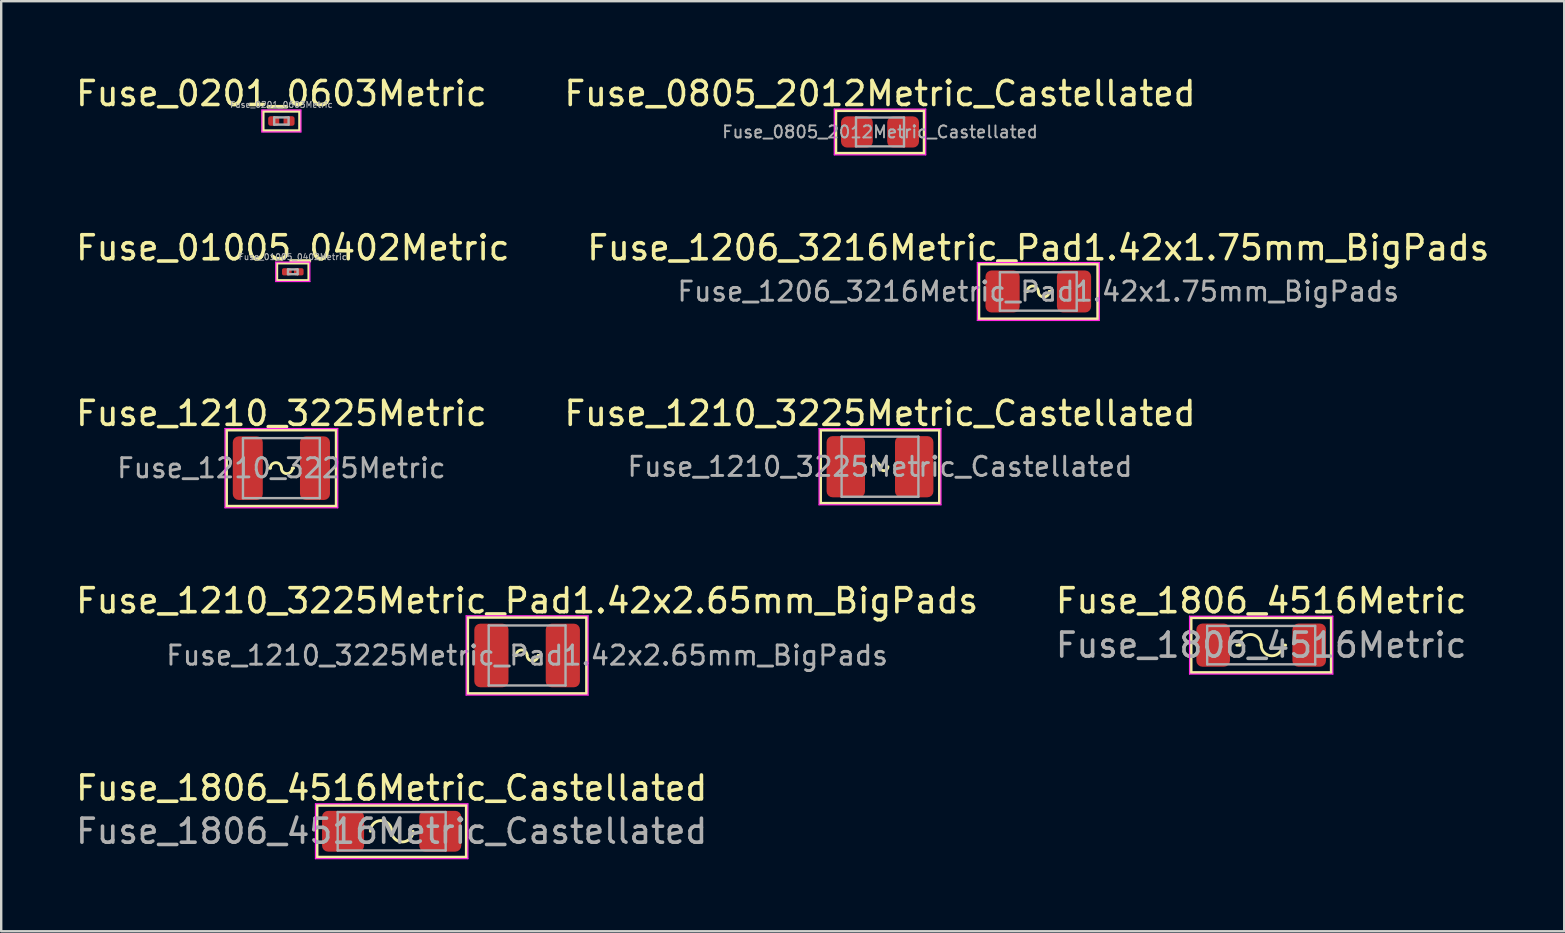
<source format=kicad_pcb>
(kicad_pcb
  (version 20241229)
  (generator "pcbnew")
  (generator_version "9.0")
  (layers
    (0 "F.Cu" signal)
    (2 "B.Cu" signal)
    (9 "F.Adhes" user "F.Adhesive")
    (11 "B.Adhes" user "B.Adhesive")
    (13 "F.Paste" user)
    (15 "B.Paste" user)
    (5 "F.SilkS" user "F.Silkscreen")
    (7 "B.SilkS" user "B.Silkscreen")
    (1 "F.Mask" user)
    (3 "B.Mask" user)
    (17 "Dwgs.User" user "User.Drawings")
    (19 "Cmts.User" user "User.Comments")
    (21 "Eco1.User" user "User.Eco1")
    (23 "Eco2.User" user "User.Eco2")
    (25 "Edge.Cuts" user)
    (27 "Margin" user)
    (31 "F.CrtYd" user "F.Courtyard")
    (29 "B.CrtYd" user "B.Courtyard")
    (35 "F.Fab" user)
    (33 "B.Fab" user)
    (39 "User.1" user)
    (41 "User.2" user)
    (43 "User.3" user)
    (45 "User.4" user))
  (footprint "Fuse_1210_3225Metric_Pad1.42x2.65mm_BigPads"
    (layer "F.Cu")
    (at 18.911 24.258)
    (property "Reference" "Fuse_1210_3225Metric_Pad1.42x2.65mm_BigPads" (at 0 -2.28 0) (layer "F.SilkS") (effects (font (size 1 1) (thickness 0.15))))
    (attr smd)
    (fp_line (start -2.477 -1.587) (end 2.477 -1.587) (stroke (width 0.12) (type solid)) (layer "F.SilkS"))
    (fp_line (start -2.477 1.587) (end -2.477 -1.587) (stroke (width 0.12) (type solid)) (layer "F.SilkS"))
    (fp_line (start -0.457 0) (end -0.508 0) (stroke (width 0.12) (type solid)) (layer "F.SilkS"))
    (fp_line (start 0.457 0) (end 0.508 0) (stroke (width 0.12) (type solid)) (layer "F.SilkS"))
    (fp_line (start 2.477 -1.587) (end 2.477 1.587) (stroke (width 0.12) (type solid)) (layer "F.SilkS"))
    (fp_line (start 2.477 1.587) (end -2.477 1.587) (stroke (width 0.12) (type solid)) (layer "F.SilkS"))
    (fp_arc (start -0.4572 0) (mid -0.2286 -0.2286) (end 0 0) (stroke (width 0.12) (type solid)) (layer "F.SilkS"))
    (fp_arc (start 0.4572 0) (mid 0.2286 0.2286) (end 0 0) (stroke (width 0.12) (type solid)) (layer "F.SilkS"))
    (fp_line (start -2.54 -1.651) (end 2.54 -1.651) (stroke (width 0.05) (type solid)) (layer "F.CrtYd"))
    (fp_line (start -2.54 1.651) (end -2.54 -1.651) (stroke (width 0.05) (type solid)) (layer "F.CrtYd"))
    (fp_line (start 2.54 -1.651) (end 2.54 1.651) (stroke (width 0.05) (type solid)) (layer "F.CrtYd"))
    (fp_line (start 2.54 1.651) (end -2.54 1.651) (stroke (width 0.05) (type solid)) (layer "F.CrtYd"))
    (fp_line (start -1.6 -1.25) (end 1.6 -1.25) (stroke (width 0.1) (type solid)) (layer "F.Fab"))
    (fp_line (start -1.6 1.25) (end -1.6 -1.25) (stroke (width 0.1) (type solid)) (layer "F.Fab"))
    (fp_line (start 1.6 -1.25) (end 1.6 1.25) (stroke (width 0.1) (type solid)) (layer "F.Fab"))
    (fp_line (start 1.6 1.25) (end -1.6 1.25) (stroke (width 0.1) (type solid)) (layer "F.Fab"))
    (fp_text user "${REFERENCE}" (at 0 0 0) (layer "F.Fab") (effects (font (size 0.8 0.8) (thickness 0.12))))
    (pad "1" smd roundrect (at -1.488 0) (size 1.425 2.65) (layers "F.Cu" "F.Mask" "F.Paste") (roundrect_rratio 0.175))
    (pad "2" smd roundrect (at 1.488 0) (size 1.425 2.65) (layers "F.Cu" "F.Mask" "F.Paste") (roundrect_rratio 0.175)))
  (footprint "Fuse_1206_3216Metric_Pad1.42x1.75mm_BigPads"
    (layer "F.Cu")
    (at 40.208 9.094)
    (property "Reference" "Fuse_1206_3216Metric_Pad1.42x1.75mm_BigPads" (at 0 -1.82 0) (layer "F.SilkS") (effects (font (size 1 1) (thickness 0.15))))
    (attr smd)
    (fp_line (start -2.477 -1.143) (end 2.477 -1.143) (stroke (width 0.12) (type solid)) (layer "F.SilkS"))
    (fp_line (start -2.477 1.143) (end -2.477 -1.143) (stroke (width 0.12) (type solid)) (layer "F.SilkS"))
    (fp_line (start -0.457 0) (end -0.508 0) (stroke (width 0.12) (type solid)) (layer "F.SilkS"))
    (fp_line (start 0.457 0) (end 0.508 0) (stroke (width 0.12) (type solid)) (layer "F.SilkS"))
    (fp_line (start 2.477 -1.143) (end 2.477 1.143) (stroke (width 0.12) (type solid)) (layer "F.SilkS"))
    (fp_line (start 2.477 1.143) (end -2.477 1.143) (stroke (width 0.12) (type solid)) (layer "F.SilkS"))
    (fp_arc (start -0.4572 0) (mid -0.2286 -0.2286) (end 0 0) (stroke (width 0.12) (type solid)) (layer "F.SilkS"))
    (fp_arc (start 0.4572 0) (mid 0.2286 0.2286) (end 0 0) (stroke (width 0.12) (type solid)) (layer "F.SilkS"))
    (fp_line (start -2.54 -1.206) (end 2.54 -1.206) (stroke (width 0.05) (type solid)) (layer "F.CrtYd"))
    (fp_line (start -2.54 1.206) (end -2.54 -1.206) (stroke (width 0.05) (type solid)) (layer "F.CrtYd"))
    (fp_line (start 2.54 -1.206) (end 2.54 1.206) (stroke (width 0.05) (type solid)) (layer "F.CrtYd"))
    (fp_line (start 2.54 1.206) (end -2.54 1.206) (stroke (width 0.05) (type solid)) (layer "F.CrtYd"))
    (fp_line (start -1.6 -0.8) (end 1.6 -0.8) (stroke (width 0.1) (type solid)) (layer "F.Fab"))
    (fp_line (start -1.6 0.8) (end -1.6 -0.8) (stroke (width 0.1) (type solid)) (layer "F.Fab"))
    (fp_line (start 1.6 -0.8) (end 1.6 0.8) (stroke (width 0.1) (type solid)) (layer "F.Fab"))
    (fp_line (start 1.6 0.8) (end -1.6 0.8) (stroke (width 0.1) (type solid)) (layer "F.Fab"))
    (fp_text user "${REFERENCE}" (at 0 0 0) (layer "F.Fab") (effects (font (size 0.8 0.8) (thickness 0.12))))
    (pad "1" smd roundrect (at -1.488 0) (size 1.425 1.75) (layers "F.Cu" "F.Mask" "F.Paste") (roundrect_rratio 0.175))
    (pad "2" smd roundrect (at 1.488 0) (size 1.425 1.75) (layers "F.Cu" "F.Mask" "F.Paste") (roundrect_rratio 0.175)))
  (footprint "Fuse_01005_0402Metric"
    (layer "F.Cu")
    (at 9.149 8.274)
    (property "Reference" "Fuse_01005_0402Metric" (at 0 -1 0) (layer "F.SilkS") (effects (font (size 1 1) (thickness 0.15))))
    (attr smd)
    (fp_line (start -0.66 -0.356) (end 0.66 -0.356) (stroke (width 0.1) (type solid)) (layer "F.SilkS"))
    (fp_line (start -0.66 0.356) (end -0.66 -0.356) (stroke (width 0.1) (type solid)) (layer "F.SilkS"))
    (fp_line (start 0.66 -0.356) (end 0.66 0.356) (stroke (width 0.1) (type solid)) (layer "F.SilkS"))
    (fp_line (start 0.66 0.356) (end -0.66 0.356) (stroke (width 0.1) (type solid)) (layer "F.SilkS"))
    (fp_line (start -0.711 -0.406) (end 0.711 -0.406) (stroke (width 0.05) (type solid)) (layer "F.CrtYd"))
    (fp_line (start -0.711 0.406) (end -0.711 -0.406) (stroke (width 0.05) (type solid)) (layer "F.CrtYd"))
    (fp_line (start 0.711 -0.406) (end 0.711 0.406) (stroke (width 0.05) (type solid)) (layer "F.CrtYd"))
    (fp_line (start 0.711 0.406) (end -0.711 0.406) (stroke (width 0.05) (type solid)) (layer "F.CrtYd"))
    (fp_line (start -0.2 -0.1) (end 0.2 -0.1) (stroke (width 0.1) (type solid)) (layer "F.Fab"))
    (fp_line (start -0.2 0.1) (end -0.2 -0.1) (stroke (width 0.1) (type solid)) (layer "F.Fab"))
    (fp_line (start 0.2 -0.1) (end 0.2 0.1) (stroke (width 0.1) (type solid)) (layer "F.Fab"))
    (fp_line (start 0.2 0.1) (end -0.2 0.1) (stroke (width 0.1) (type solid)) (layer "F.Fab"))
    (fp_text user "${REFERENCE}" (at 0 -0.62 0) (layer "F.Fab") (effects (font (size 0.25 0.25) (thickness 0.04))))
    (pad "" smd roundrect (at -0.275 0) (size 0.27 0.27) (layers "F.Paste") (roundrect_rratio 0.25))
    (pad "" smd roundrect (at 0.275 0) (size 0.27 0.27) (layers "F.Paste") (roundrect_rratio 0.25))
    (pad "1" smd roundrect (at -0.25 0) (size 0.4 0.3) (layers "F.Cu" "F.Mask") (roundrect_rratio 0.25))
    (pad "2" smd roundrect (at 0.25 0) (size 0.4 0.3) (layers "F.Cu" "F.Mask") (roundrect_rratio 0.25)))
  (footprint "Fuse_0201_0603Metric"
    (layer "F.Cu")
    (at 8.673 1.991)
    (property "Reference" "Fuse_0201_0603Metric" (at 0 -1.143 0) (layer "F.SilkS") (effects (font (size 1 1) (thickness 0.15))))
    (attr smd)
    (fp_line (start -0.762 -0.406) (end 0.762 -0.406) (stroke (width 0.12) (type solid)) (layer "F.SilkS"))
    (fp_line (start -0.762 0.406) (end -0.762 -0.406) (stroke (width 0.12) (type solid)) (layer "F.SilkS"))
    (fp_line (start 0.762 -0.406) (end 0.762 0.406) (stroke (width 0.12) (type solid)) (layer "F.SilkS"))
    (fp_line (start 0.762 0.406) (end -0.762 0.406) (stroke (width 0.12) (type solid)) (layer "F.SilkS"))
    (fp_line (start -0.813 -0.457) (end 0.813 -0.457) (stroke (width 0.05) (type solid)) (layer "F.CrtYd"))
    (fp_line (start -0.813 0.457) (end -0.813 -0.457) (stroke (width 0.05) (type solid)) (layer "F.CrtYd"))
    (fp_line (start 0.813 -0.457) (end 0.813 0.457) (stroke (width 0.05) (type solid)) (layer "F.CrtYd"))
    (fp_line (start 0.813 0.457) (end -0.813 0.457) (stroke (width 0.05) (type solid)) (layer "F.CrtYd"))
    (fp_line (start -0.3 -0.15) (end 0.3 -0.15) (stroke (width 0.1) (type solid)) (layer "F.Fab"))
    (fp_line (start -0.3 0.15) (end -0.3 -0.15) (stroke (width 0.1) (type solid)) (layer "F.Fab"))
    (fp_line (start 0.3 -0.15) (end 0.3 0.15) (stroke (width 0.1) (type solid)) (layer "F.Fab"))
    (fp_line (start 0.3 0.15) (end -0.3 0.15) (stroke (width 0.1) (type solid)) (layer "F.Fab"))
    (fp_text user "${REFERENCE}" (at 0 -0.68 0) (layer "F.Fab") (effects (font (size 0.25 0.25) (thickness 0.04))))
    (pad "" smd roundrect (at -0.345 0) (size 0.318 0.36) (layers "F.Paste") (roundrect_rratio 0.25))
    (pad "" smd roundrect (at 0.345 0) (size 0.318 0.36) (layers "F.Paste") (roundrect_rratio 0.25))
    (pad "1" smd roundrect (at -0.32 0) (size 0.46 0.4) (layers "F.Cu" "F.Mask") (roundrect_rratio 0.25))
    (pad "2" smd roundrect (at 0.32 0) (size 0.46 0.4) (layers "F.Cu" "F.Mask") (roundrect_rratio 0.25)))
  (footprint "Fuse_1806_4516Metric_Castellated"
    (layer "F.Cu")
    (at 13.268 31.582)
    (property "Reference" "Fuse_1806_4516Metric_Castellated" (at 0 -1.8 0) (layer "F.SilkS") (effects (font (size 1 1) (thickness 0.15))))
    (attr smd)
    (fp_line (start -3.111 -1.079) (end 3.111 -1.079) (stroke (width 0.12) (type solid)) (layer "F.SilkS"))
    (fp_line (start -3.111 1.079) (end -3.111 -1.079) (stroke (width 0.12) (type solid)) (layer "F.SilkS"))
    (fp_line (start 3.111 -1.079) (end 3.111 1.079) (stroke (width 0.12) (type solid)) (layer "F.SilkS"))
    (fp_line (start 3.111 1.079) (end -3.111 1.079) (stroke (width 0.12) (type solid)) (layer "F.SilkS"))
    (fp_arc (start -0.889 0) (mid -0.4445 -0.4445) (end 0 0) (stroke (width 0.12) (type solid)) (layer "F.SilkS"))
    (fp_arc (start 0.889 0) (mid 0.4445 0.4445) (end 0 0) (stroke (width 0.12) (type solid)) (layer "F.SilkS"))
    (fp_line (start -3.175 -1.143) (end 3.175 -1.143) (stroke (width 0.05) (type solid)) (layer "F.CrtYd"))
    (fp_line (start -3.175 1.143) (end -3.175 -1.143) (stroke (width 0.05) (type solid)) (layer "F.CrtYd"))
    (fp_line (start 3.175 -1.143) (end 3.175 1.143) (stroke (width 0.05) (type solid)) (layer "F.CrtYd"))
    (fp_line (start 3.175 1.143) (end -3.175 1.143) (stroke (width 0.05) (type solid)) (layer "F.CrtYd"))
    (fp_line (start -2.25 -0.8) (end 2.25 -0.8) (stroke (width 0.1) (type solid)) (layer "F.Fab"))
    (fp_line (start -2.25 0.8) (end -2.25 -0.8) (stroke (width 0.1) (type solid)) (layer "F.Fab"))
    (fp_line (start 2.25 -0.8) (end 2.25 0.8) (stroke (width 0.1) (type solid)) (layer "F.Fab"))
    (fp_line (start 2.25 0.8) (end -2.25 0.8) (stroke (width 0.1) (type solid)) (layer "F.Fab"))
    (fp_text user "${REFERENCE}" (at 0 0 0) (layer "F.Fab") (effects (font (size 1 1) (thickness 0.15))))
    (pad "1" smd roundrect (at -2.025 0) (size 1.75 1.7) (layers "F.Cu" "F.Mask" "F.Paste") (roundrect_rratio 0.147))
    (pad "2" smd roundrect (at 2.025 0) (size 1.75 1.7) (layers "F.Cu" "F.Mask" "F.Paste") (roundrect_rratio 0.147)))
  (footprint "Fuse_0805_2012Metric_Castellated"
    (layer "F.Cu")
    (at 33.613 2.448)
    (property "Reference" "Fuse_0805_2012Metric_Castellated" (at 0 -1.6 0) (layer "F.SilkS") (effects (font (size 1 1) (thickness 0.15))))
    (attr smd)
    (fp_line (start -1.841 -0.889) (end 1.841 -0.889) (stroke (width 0.12) (type solid)) (layer "F.SilkS"))
    (fp_line (start -1.841 0.889) (end -1.841 -0.889) (stroke (width 0.12) (type solid)) (layer "F.SilkS"))
    (fp_line (start 1.841 -0.889) (end 1.841 0.889) (stroke (width 0.12) (type solid)) (layer "F.SilkS"))
    (fp_line (start 1.841 0.889) (end -1.841 0.889) (stroke (width 0.12) (type solid)) (layer "F.SilkS"))
    (fp_line (start -1.905 -0.953) (end 1.905 -0.953) (stroke (width 0.05) (type solid)) (layer "F.CrtYd"))
    (fp_line (start -1.905 0.953) (end -1.905 -0.953) (stroke (width 0.05) (type solid)) (layer "F.CrtYd"))
    (fp_line (start 1.905 -0.953) (end 1.905 0.953) (stroke (width 0.05) (type solid)) (layer "F.CrtYd"))
    (fp_line (start 1.905 0.953) (end -1.905 0.953) (stroke (width 0.05) (type solid)) (layer "F.CrtYd"))
    (fp_line (start -1 -0.6) (end 1 -0.6) (stroke (width 0.1) (type solid)) (layer "F.Fab"))
    (fp_line (start -1 0.6) (end -1 -0.6) (stroke (width 0.1) (type solid)) (layer "F.Fab"))
    (fp_line (start 1 -0.6) (end 1 0.6) (stroke (width 0.1) (type solid)) (layer "F.Fab"))
    (fp_line (start 1 0.6) (end -1 0.6) (stroke (width 0.1) (type solid)) (layer "F.Fab"))
    (fp_text user "${REFERENCE}" (at 0 0 0) (layer "F.Fab") (effects (font (size 0.5 0.5) (thickness 0.08))))
    (pad "1" smd roundrect (at -0.963 0) (size 1.325 1.3) (layers "F.Cu" "F.Mask" "F.Paste") (roundrect_rratio 0.192))
    (pad "2" smd roundrect (at 0.963 0) (size 1.325 1.3) (layers "F.Cu" "F.Mask" "F.Paste") (roundrect_rratio 0.192)))
  (footprint "Fuse_1210_3225Metric"
    (layer "F.Cu")
    (at 8.673 16.454)
    (property "Reference" "Fuse_1210_3225Metric" (at 0 -2.28 0) (layer "F.SilkS") (effects (font (size 1 1) (thickness 0.15))))
    (attr smd)
    (fp_line (start -2.286 -1.587) (end 2.286 -1.587) (stroke (width 0.12) (type solid)) (layer "F.SilkS"))
    (fp_line (start -2.286 1.587) (end -2.286 -1.587) (stroke (width 0.12) (type solid)) (layer "F.SilkS"))
    (fp_line (start -0.457 0) (end -0.508 0) (stroke (width 0.12) (type solid)) (layer "F.SilkS"))
    (fp_line (start 0.457 0) (end 0.508 0) (stroke (width 0.12) (type solid)) (layer "F.SilkS"))
    (fp_line (start 2.286 -1.587) (end 2.286 1.587) (stroke (width 0.12) (type solid)) (layer "F.SilkS"))
    (fp_line (start 2.286 1.587) (end -2.286 1.587) (stroke (width 0.12) (type solid)) (layer "F.SilkS"))
    (fp_arc (start -0.4572 0) (mid -0.2286 -0.2286) (end 0 0) (stroke (width 0.12) (type solid)) (layer "F.SilkS"))
    (fp_arc (start 0.4572 0) (mid 0.2286 0.2286) (end 0 0) (stroke (width 0.12) (type solid)) (layer "F.SilkS"))
    (fp_line (start -2.349 -1.651) (end 2.349 -1.651) (stroke (width 0.05) (type solid)) (layer "F.CrtYd"))
    (fp_line (start -2.349 1.651) (end -2.349 -1.651) (stroke (width 0.05) (type solid)) (layer "F.CrtYd"))
    (fp_line (start 2.349 -1.651) (end 2.349 1.651) (stroke (width 0.05) (type solid)) (layer "F.CrtYd"))
    (fp_line (start 2.349 1.651) (end -2.349 1.651) (stroke (width 0.05) (type solid)) (layer "F.CrtYd"))
    (fp_line (start -1.6 -1.25) (end 1.6 -1.25) (stroke (width 0.1) (type solid)) (layer "F.Fab"))
    (fp_line (start -1.6 1.25) (end -1.6 -1.25) (stroke (width 0.1) (type solid)) (layer "F.Fab"))
    (fp_line (start 1.6 -1.25) (end 1.6 1.25) (stroke (width 0.1) (type solid)) (layer "F.Fab"))
    (fp_line (start 1.6 1.25) (end -1.6 1.25) (stroke (width 0.1) (type solid)) (layer "F.Fab"))
    (fp_text user "${REFERENCE}" (at 0 0 0) (layer "F.Fab") (effects (font (size 0.8 0.8) (thickness 0.12))))
    (pad "1" smd roundrect (at -1.4 0) (size 1.25 2.65) (layers "F.Cu" "F.Mask" "F.Paste") (roundrect_rratio 0.2))
    (pad "2" smd roundrect (at 1.4 0) (size 1.25 2.65) (layers "F.Cu" "F.Mask" "F.Paste") (roundrect_rratio 0.2)))
  (footprint "Fuse_1806_4516Metric"
    (layer "F.Cu")
    (at 49.494 23.828)
    (property "Reference" "Fuse_1806_4516Metric" (at 0 -1.85 0) (layer "F.SilkS") (effects (font (size 1 1) (thickness 0.15))))
    (attr smd)
    (fp_line (start -2.921 -1.143) (end 2.921 -1.143) (stroke (width 0.12) (type solid)) (layer "F.SilkS"))
    (fp_line (start -2.921 1.143) (end -2.921 -1.143) (stroke (width 0.12) (type solid)) (layer "F.SilkS"))
    (fp_line (start -0.889 0) (end -1.016 0) (stroke (width 0.12) (type solid)) (layer "F.SilkS"))
    (fp_line (start 0.889 0) (end 1.016 0) (stroke (width 0.12) (type solid)) (layer "F.SilkS"))
    (fp_line (start 2.921 -1.143) (end 2.921 1.143) (stroke (width 0.12) (type solid)) (layer "F.SilkS"))
    (fp_line (start 2.921 1.143) (end -2.921 1.143) (stroke (width 0.12) (type solid)) (layer "F.SilkS"))
    (fp_arc (start -0.889 0) (mid -0.4445 -0.4445) (end 0 0) (stroke (width 0.12) (type solid)) (layer "F.SilkS"))
    (fp_arc (start 0.889 0) (mid 0.4445 0.4445) (end 0 0) (stroke (width 0.12) (type solid)) (layer "F.SilkS"))
    (fp_line (start -2.985 -1.206) (end 2.985 -1.206) (stroke (width 0.05) (type solid)) (layer "F.CrtYd"))
    (fp_line (start -2.985 1.206) (end -2.985 -1.206) (stroke (width 0.05) (type solid)) (layer "F.CrtYd"))
    (fp_line (start 2.985 -1.206) (end 2.985 1.206) (stroke (width 0.05) (type solid)) (layer "F.CrtYd"))
    (fp_line (start 2.985 1.206) (end -2.985 1.206) (stroke (width 0.05) (type solid)) (layer "F.CrtYd"))
    (fp_line (start -2.25 -0.8) (end 2.25 -0.8) (stroke (width 0.1) (type solid)) (layer "F.Fab"))
    (fp_line (start -2.25 0.8) (end -2.25 -0.8) (stroke (width 0.1) (type solid)) (layer "F.Fab"))
    (fp_line (start 2.25 -0.8) (end 2.25 0.8) (stroke (width 0.1) (type solid)) (layer "F.Fab"))
    (fp_line (start 2.25 0.8) (end -2.25 0.8) (stroke (width 0.1) (type solid)) (layer "F.Fab"))
    (fp_text user "${REFERENCE}" (at 0 0 0) (layer "F.Fab") (effects (font (size 1 1) (thickness 0.15))))
    (pad "1" smd roundrect (at -2 0) (size 1.4 1.8) (layers "F.Cu" "F.Mask" "F.Paste") (roundrect_rratio 0.179))
    (pad "2" smd roundrect (at 2 0) (size 1.4 1.8) (layers "F.Cu" "F.Mask" "F.Paste") (roundrect_rratio 0.179)))
  (footprint "Fuse_1210_3225Metric_Castellated"
    (layer "F.Cu")
    (at 33.613 16.394)
    (property "Reference" "Fuse_1210_3225Metric_Castellated" (at 0 -2.22 0) (layer "F.SilkS") (effects (font (size 1 1) (thickness 0.15))))
    (attr smd)
    (fp_line (start -2.477 -1.524) (end 2.477 -1.524) (stroke (width 0.12) (type solid)) (layer "F.SilkS"))
    (fp_line (start -2.477 1.524) (end -2.477 -1.524) (stroke (width 0.12) (type solid)) (layer "F.SilkS"))
    (fp_line (start 2.477 -1.524) (end 2.477 1.524) (stroke (width 0.12) (type solid)) (layer "F.SilkS"))
    (fp_line (start 2.477 1.524) (end -2.477 1.524) (stroke (width 0.12) (type solid)) (layer "F.SilkS"))
    (fp_arc (start -0.3302 0) (mid -0.1651 -0.1651) (end 0 0) (stroke (width 0.12) (type solid)) (layer "F.SilkS"))
    (fp_arc (start 0.3302 0) (mid 0.1651 0.1651) (end 0 0) (stroke (width 0.12) (type solid)) (layer "F.SilkS"))
    (fp_line (start -2.54 -1.587) (end 2.54 -1.587) (stroke (width 0.05) (type solid)) (layer "F.CrtYd"))
    (fp_line (start -2.54 1.587) (end -2.54 -1.587) (stroke (width 0.05) (type solid)) (layer "F.CrtYd"))
    (fp_line (start 2.54 -1.587) (end 2.54 1.587) (stroke (width 0.05) (type solid)) (layer "F.CrtYd"))
    (fp_line (start 2.54 1.587) (end -2.54 1.587) (stroke (width 0.05) (type solid)) (layer "F.CrtYd"))
    (fp_line (start -1.6 -1.25) (end 1.6 -1.25) (stroke (width 0.1) (type solid)) (layer "F.Fab"))
    (fp_line (start -1.6 1.25) (end -1.6 -1.25) (stroke (width 0.1) (type solid)) (layer "F.Fab"))
    (fp_line (start 1.6 -1.25) (end 1.6 1.25) (stroke (width 0.1) (type solid)) (layer "F.Fab"))
    (fp_line (start 1.6 1.25) (end -1.6 1.25) (stroke (width 0.1) (type solid)) (layer "F.Fab"))
    (fp_text user "${REFERENCE}" (at 0 0 0) (layer "F.Fab") (effects (font (size 0.8 0.8) (thickness 0.12))))
    (pad "1" smd roundrect (at -1.425 0) (size 1.6 2.55) (layers "F.Cu" "F.Mask" "F.Paste") (roundrect_rratio 0.156))
    (pad "2" smd roundrect (at 1.425 0) (size 1.6 2.55) (layers "F.Cu" "F.Mask" "F.Paste") (roundrect_rratio 0.156)))
  (gr_rect
    (start -3 -3)
    (end 62.119 35.75)
    (stroke (width 0.1) (type default))
    (fill no)
    (layer "Edge.Cuts")))
</source>
